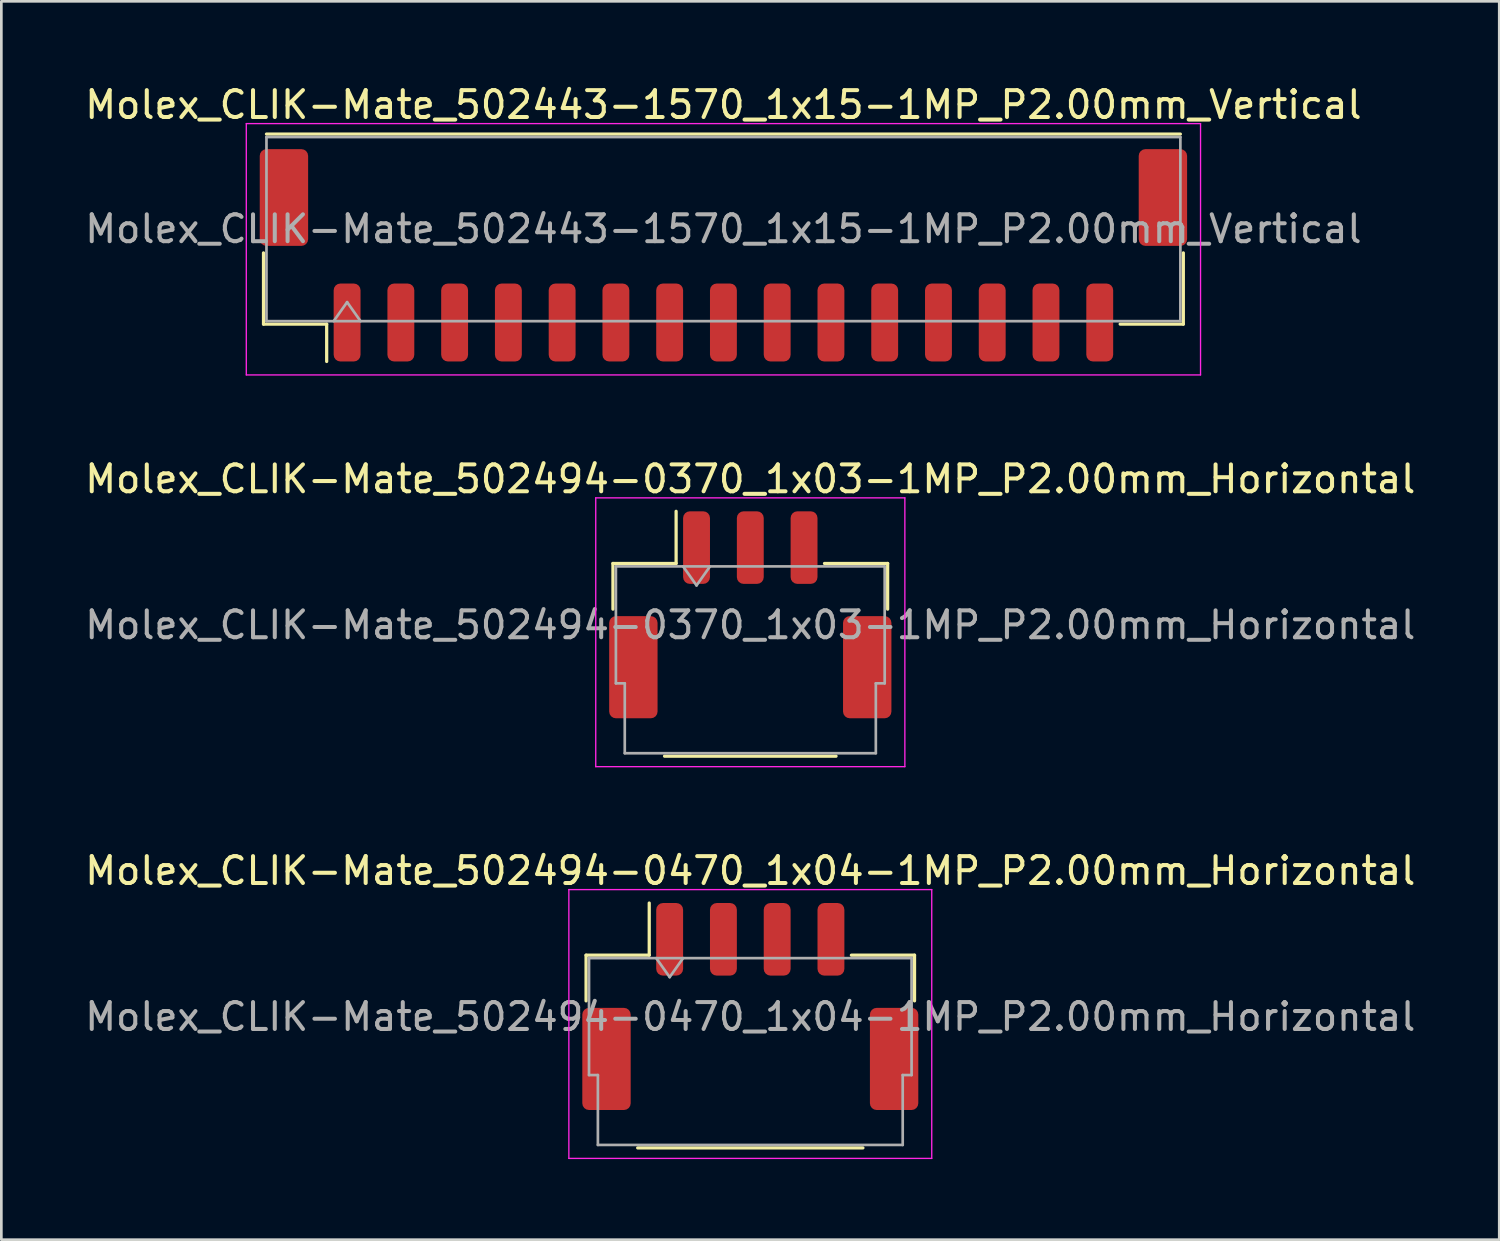
<source format=kicad_pcb>
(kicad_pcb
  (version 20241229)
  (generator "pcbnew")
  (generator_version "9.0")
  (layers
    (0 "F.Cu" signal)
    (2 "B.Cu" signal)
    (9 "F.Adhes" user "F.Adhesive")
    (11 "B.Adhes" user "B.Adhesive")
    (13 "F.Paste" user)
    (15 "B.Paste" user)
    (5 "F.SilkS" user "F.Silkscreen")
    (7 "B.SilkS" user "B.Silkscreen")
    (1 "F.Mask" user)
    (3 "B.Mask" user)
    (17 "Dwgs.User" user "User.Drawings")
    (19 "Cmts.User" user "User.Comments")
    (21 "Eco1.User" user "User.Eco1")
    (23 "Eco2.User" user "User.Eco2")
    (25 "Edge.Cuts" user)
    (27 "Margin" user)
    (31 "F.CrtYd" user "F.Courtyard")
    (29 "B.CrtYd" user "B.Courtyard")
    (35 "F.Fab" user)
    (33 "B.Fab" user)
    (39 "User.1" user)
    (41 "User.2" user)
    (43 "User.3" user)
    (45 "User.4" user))
  (footprint "Molex_CLIK-Mate_502494-0470_1x04-1MP_P2.00mm_Horizontal"
    (layer "F.Cu")
    (at 24.863 34.395)
    (property "Reference" "Molex_CLIK-Mate_502494-0470_1x04-1MP_P2.00mm_Horizontal" (at 0 -5.05 0) (layer "F.SilkS") (effects (font (size 1 1) (thickness 0.15))))
    (attr smd)
    (fp_line (start -6.11 -1.91) (end -3.76 -1.91) (stroke (width 0.12) (type solid)) (layer "F.SilkS"))
    (fp_line (start -6.11 -0.21) (end -6.11 -1.91) (stroke (width 0.12) (type solid)) (layer "F.SilkS"))
    (fp_line (start -4.19 5.26) (end 4.19 5.26) (stroke (width 0.12) (type solid)) (layer "F.SilkS"))
    (fp_line (start -3.76 -1.91) (end -3.76 -3.85) (stroke (width 0.12) (type solid)) (layer "F.SilkS"))
    (fp_line (start 6.11 -1.91) (end 3.76 -1.91) (stroke (width 0.12) (type solid)) (layer "F.SilkS"))
    (fp_line (start 6.11 -0.21) (end 6.11 -1.91) (stroke (width 0.12) (type solid)) (layer "F.SilkS"))
    (fp_line (start -6.75 -4.35) (end -6.75 5.65) (stroke (width 0.05) (type solid)) (layer "F.CrtYd"))
    (fp_line (start -6.75 5.65) (end 6.75 5.65) (stroke (width 0.05) (type solid)) (layer "F.CrtYd"))
    (fp_line (start 6.75 -4.35) (end -6.75 -4.35) (stroke (width 0.05) (type solid)) (layer "F.CrtYd"))
    (fp_line (start 6.75 5.65) (end 6.75 -4.35) (stroke (width 0.05) (type solid)) (layer "F.CrtYd"))
    (fp_line (start -6 -1.8) (end -6 2.55) (stroke (width 0.1) (type solid)) (layer "F.Fab"))
    (fp_line (start -6 -1.8) (end 6 -1.8) (stroke (width 0.1) (type solid)) (layer "F.Fab"))
    (fp_line (start -6 2.55) (end -5.67 2.55) (stroke (width 0.1) (type solid)) (layer "F.Fab"))
    (fp_line (start -5.67 2.55) (end -5.67 5.15) (stroke (width 0.1) (type solid)) (layer "F.Fab"))
    (fp_line (start -5.67 5.15) (end 5.67 5.15) (stroke (width 0.1) (type solid)) (layer "F.Fab"))
    (fp_line (start -3.5 -1.8) (end -3 -1.093) (stroke (width 0.1) (type solid)) (layer "F.Fab"))
    (fp_line (start -3 -1.093) (end -2.5 -1.8) (stroke (width 0.1) (type solid)) (layer "F.Fab"))
    (fp_line (start 5.67 2.55) (end 6 2.55) (stroke (width 0.1) (type solid)) (layer "F.Fab"))
    (fp_line (start 5.67 5.15) (end 5.67 2.55) (stroke (width 0.1) (type solid)) (layer "F.Fab"))
    (fp_line (start 6 -1.8) (end 6 2.55) (stroke (width 0.1) (type solid)) (layer "F.Fab"))
    (fp_text user "${REFERENCE}" (at 0 0.38 0) (layer "F.Fab") (effects (font (size 1 1) (thickness 0.15))))
    (pad "1" smd roundrect (at -3 -2.5) (size 1 2.7) (layers "F.Cu" "F.Mask" "F.Paste") (roundrect_rratio 0.25))
    (pad "2" smd roundrect (at -1 -2.5) (size 1 2.7) (layers "F.Cu" "F.Mask" "F.Paste") (roundrect_rratio 0.25))
    (pad "3" smd roundrect (at 1 -2.5) (size 1 2.7) (layers "F.Cu" "F.Mask" "F.Paste") (roundrect_rratio 0.25))
    (pad "4" smd roundrect (at 3 -2.5) (size 1 2.7) (layers "F.Cu" "F.Mask" "F.Paste") (roundrect_rratio 0.25))
    (pad "MP" smd roundrect (at -5.35 1.95) (size 1.8 3.8) (layers "F.Cu" "F.Mask" "F.Paste") (roundrect_rratio 0.139))
    (pad "MP" smd roundrect (at 5.35 1.95) (size 1.8 3.8) (layers "F.Cu" "F.Mask" "F.Paste") (roundrect_rratio 0.139)))
  (footprint "Molex_CLIK-Mate_502494-0370_1x03-1MP_P2.00mm_Horizontal"
    (layer "F.Cu")
    (at 24.863 19.822)
    (property "Reference" "Molex_CLIK-Mate_502494-0370_1x03-1MP_P2.00mm_Horizontal" (at 0 -5.05 0) (layer "F.SilkS") (effects (font (size 1 1) (thickness 0.15))))
    (attr smd)
    (fp_line (start -5.11 -1.91) (end -2.76 -1.91) (stroke (width 0.12) (type solid)) (layer "F.SilkS"))
    (fp_line (start -5.11 -0.21) (end -5.11 -1.91) (stroke (width 0.12) (type solid)) (layer "F.SilkS"))
    (fp_line (start -3.19 5.26) (end 3.19 5.26) (stroke (width 0.12) (type solid)) (layer "F.SilkS"))
    (fp_line (start -2.76 -1.91) (end -2.76 -3.85) (stroke (width 0.12) (type solid)) (layer "F.SilkS"))
    (fp_line (start 5.11 -1.91) (end 2.76 -1.91) (stroke (width 0.12) (type solid)) (layer "F.SilkS"))
    (fp_line (start 5.11 -0.21) (end 5.11 -1.91) (stroke (width 0.12) (type solid)) (layer "F.SilkS"))
    (fp_line (start -5.75 -4.35) (end -5.75 5.65) (stroke (width 0.05) (type solid)) (layer "F.CrtYd"))
    (fp_line (start -5.75 5.65) (end 5.75 5.65) (stroke (width 0.05) (type solid)) (layer "F.CrtYd"))
    (fp_line (start 5.75 -4.35) (end -5.75 -4.35) (stroke (width 0.05) (type solid)) (layer "F.CrtYd"))
    (fp_line (start 5.75 5.65) (end 5.75 -4.35) (stroke (width 0.05) (type solid)) (layer "F.CrtYd"))
    (fp_line (start -5 -1.8) (end -5 2.55) (stroke (width 0.1) (type solid)) (layer "F.Fab"))
    (fp_line (start -5 -1.8) (end 5 -1.8) (stroke (width 0.1) (type solid)) (layer "F.Fab"))
    (fp_line (start -5 2.55) (end -4.67 2.55) (stroke (width 0.1) (type solid)) (layer "F.Fab"))
    (fp_line (start -4.67 2.55) (end -4.67 5.15) (stroke (width 0.1) (type solid)) (layer "F.Fab"))
    (fp_line (start -4.67 5.15) (end 4.67 5.15) (stroke (width 0.1) (type solid)) (layer "F.Fab"))
    (fp_line (start -2.5 -1.8) (end -2 -1.093) (stroke (width 0.1) (type solid)) (layer "F.Fab"))
    (fp_line (start -2 -1.093) (end -1.5 -1.8) (stroke (width 0.1) (type solid)) (layer "F.Fab"))
    (fp_line (start 4.67 2.55) (end 5 2.55) (stroke (width 0.1) (type solid)) (layer "F.Fab"))
    (fp_line (start 4.67 5.15) (end 4.67 2.55) (stroke (width 0.1) (type solid)) (layer "F.Fab"))
    (fp_line (start 5 -1.8) (end 5 2.55) (stroke (width 0.1) (type solid)) (layer "F.Fab"))
    (fp_text user "${REFERENCE}" (at 0 0.38 0) (layer "F.Fab") (effects (font (size 1 1) (thickness 0.15))))
    (pad "1" smd roundrect (at -2 -2.5) (size 1 2.7) (layers "F.Cu" "F.Mask" "F.Paste") (roundrect_rratio 0.25))
    (pad "2" smd roundrect (at 0 -2.5) (size 1 2.7) (layers "F.Cu" "F.Mask" "F.Paste") (roundrect_rratio 0.25))
    (pad "3" smd roundrect (at 2 -2.5) (size 1 2.7) (layers "F.Cu" "F.Mask" "F.Paste") (roundrect_rratio 0.25))
    (pad "MP" smd roundrect (at -4.35 1.95) (size 1.8 3.8) (layers "F.Cu" "F.Mask" "F.Paste") (roundrect_rratio 0.139))
    (pad "MP" smd roundrect (at 4.35 1.95) (size 1.8 3.8) (layers "F.Cu" "F.Mask" "F.Paste") (roundrect_rratio 0.139)))
  (footprint "Molex_CLIK-Mate_502443-1570_1x15-1MP_P2.00mm_Vertical"
    (layer "F.Cu")
    (at 23.863 6.448)
    (property "Reference" "Molex_CLIK-Mate_502443-1570_1x15-1MP_P2.00mm_Vertical" (at 0 -5.6 0) (layer "F.SilkS") (effects (font (size 1 1) (thickness 0.15))))
    (attr smd)
    (fp_line (start -17.11 -0.09) (end -17.11 2.56) (stroke (width 0.12) (type solid)) (layer "F.SilkS"))
    (fp_line (start -17.11 2.56) (end -14.76 2.56) (stroke (width 0.12) (type solid)) (layer "F.SilkS"))
    (fp_line (start -17 -4.51) (end 17 -4.51) (stroke (width 0.12) (type solid)) (layer "F.SilkS"))
    (fp_line (start -14.76 2.56) (end -14.76 3.95) (stroke (width 0.12) (type solid)) (layer "F.SilkS"))
    (fp_line (start 17.11 -0.09) (end 17.11 2.56) (stroke (width 0.12) (type solid)) (layer "F.SilkS"))
    (fp_line (start 17.11 2.56) (end 14.76 2.56) (stroke (width 0.12) (type solid)) (layer "F.SilkS"))
    (fp_line (start -17.75 -4.9) (end -17.75 4.45) (stroke (width 0.05) (type solid)) (layer "F.CrtYd"))
    (fp_line (start -17.75 4.45) (end 17.75 4.45) (stroke (width 0.05) (type solid)) (layer "F.CrtYd"))
    (fp_line (start 17.75 -4.9) (end -17.75 -4.9) (stroke (width 0.05) (type solid)) (layer "F.CrtYd"))
    (fp_line (start 17.75 4.45) (end 17.75 -4.9) (stroke (width 0.05) (type solid)) (layer "F.CrtYd"))
    (fp_line (start -17 -4.4) (end 17 -4.4) (stroke (width 0.1) (type solid)) (layer "F.Fab"))
    (fp_line (start -17 2.45) (end -17 -4.4) (stroke (width 0.1) (type solid)) (layer "F.Fab"))
    (fp_line (start -17 2.45) (end 17 2.45) (stroke (width 0.1) (type solid)) (layer "F.Fab"))
    (fp_line (start -14.5 2.45) (end -14 1.743) (stroke (width 0.1) (type solid)) (layer "F.Fab"))
    (fp_line (start -14 1.743) (end -13.5 2.45) (stroke (width 0.1) (type solid)) (layer "F.Fab"))
    (fp_line (start 17 2.45) (end 17 -4.4) (stroke (width 0.1) (type solid)) (layer "F.Fab"))
    (fp_text user "${REFERENCE}" (at 0 -0.98 0) (layer "F.Fab") (effects (font (size 1 1) (thickness 0.15))))
    (pad "1" smd roundrect (at -14 2.5) (size 1 2.9) (layers "F.Cu" "F.Mask" "F.Paste") (roundrect_rratio 0.25))
    (pad "2" smd roundrect (at -12 2.5) (size 1 2.9) (layers "F.Cu" "F.Mask" "F.Paste") (roundrect_rratio 0.25))
    (pad "3" smd roundrect (at -10 2.5) (size 1 2.9) (layers "F.Cu" "F.Mask" "F.Paste") (roundrect_rratio 0.25))
    (pad "4" smd roundrect (at -8 2.5) (size 1 2.9) (layers "F.Cu" "F.Mask" "F.Paste") (roundrect_rratio 0.25))
    (pad "5" smd roundrect (at -6 2.5) (size 1 2.9) (layers "F.Cu" "F.Mask" "F.Paste") (roundrect_rratio 0.25))
    (pad "6" smd roundrect (at -4 2.5) (size 1 2.9) (layers "F.Cu" "F.Mask" "F.Paste") (roundrect_rratio 0.25))
    (pad "7" smd roundrect (at -2 2.5) (size 1 2.9) (layers "F.Cu" "F.Mask" "F.Paste") (roundrect_rratio 0.25))
    (pad "8" smd roundrect (at 0 2.5) (size 1 2.9) (layers "F.Cu" "F.Mask" "F.Paste") (roundrect_rratio 0.25))
    (pad "9" smd roundrect (at 2 2.5) (size 1 2.9) (layers "F.Cu" "F.Mask" "F.Paste") (roundrect_rratio 0.25))
    (pad "10" smd roundrect (at 4 2.5) (size 1 2.9) (layers "F.Cu" "F.Mask" "F.Paste") (roundrect_rratio 0.25))
    (pad "11" smd roundrect (at 6 2.5) (size 1 2.9) (layers "F.Cu" "F.Mask" "F.Paste") (roundrect_rratio 0.25))
    (pad "12" smd roundrect (at 8 2.5) (size 1 2.9) (layers "F.Cu" "F.Mask" "F.Paste") (roundrect_rratio 0.25))
    (pad "13" smd roundrect (at 10 2.5) (size 1 2.9) (layers "F.Cu" "F.Mask" "F.Paste") (roundrect_rratio 0.25))
    (pad "14" smd roundrect (at 12 2.5) (size 1 2.9) (layers "F.Cu" "F.Mask" "F.Paste") (roundrect_rratio 0.25))
    (pad "15" smd roundrect (at 14 2.5) (size 1 2.9) (layers "F.Cu" "F.Mask" "F.Paste") (roundrect_rratio 0.25))
    (pad "MP" smd roundrect (at -16.35 -2.15) (size 1.8 3.6) (layers "F.Cu" "F.Mask" "F.Paste") (roundrect_rratio 0.139))
    (pad "MP" smd roundrect (at 16.35 -2.15) (size 1.8 3.6) (layers "F.Cu" "F.Mask" "F.Paste") (roundrect_rratio 0.139)))
  (gr_rect
    (start -3 -3)
    (end 52.726 43.07)
    (stroke (width 0.1) (type default))
    (fill no)
    (layer "Edge.Cuts")))
</source>
